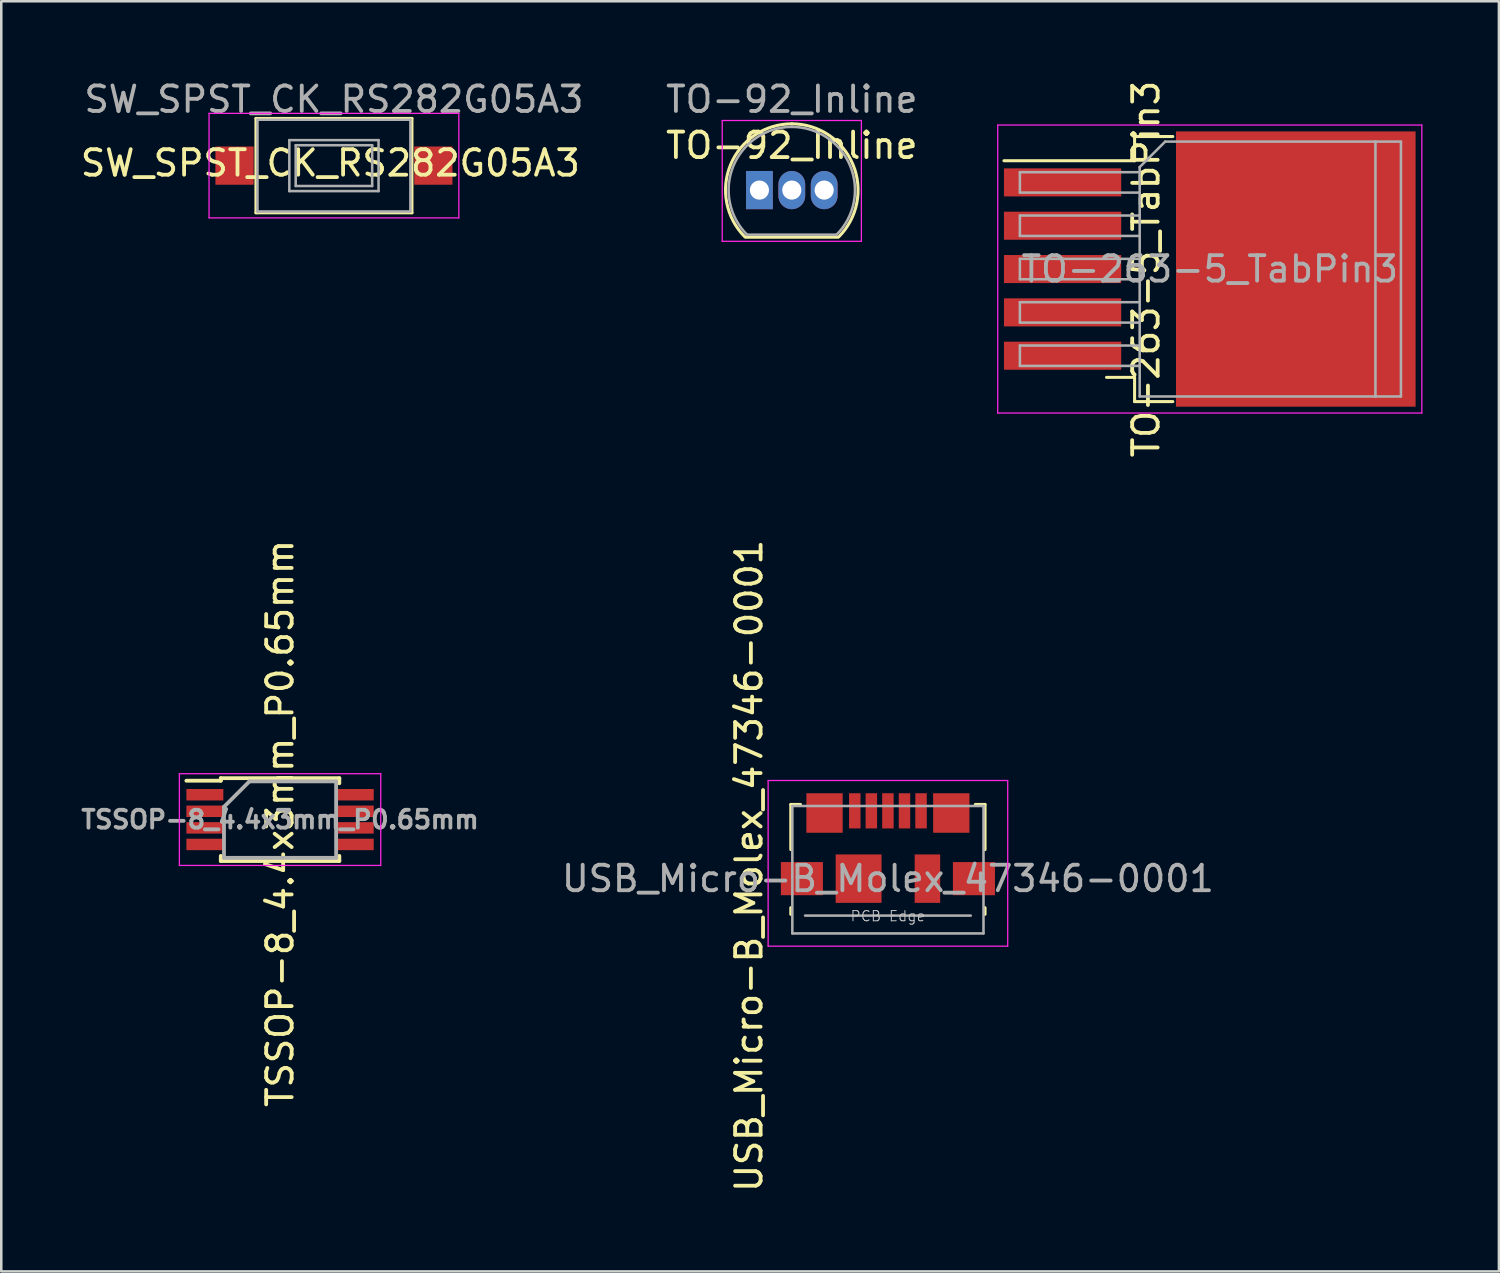
<source format=kicad_pcb>
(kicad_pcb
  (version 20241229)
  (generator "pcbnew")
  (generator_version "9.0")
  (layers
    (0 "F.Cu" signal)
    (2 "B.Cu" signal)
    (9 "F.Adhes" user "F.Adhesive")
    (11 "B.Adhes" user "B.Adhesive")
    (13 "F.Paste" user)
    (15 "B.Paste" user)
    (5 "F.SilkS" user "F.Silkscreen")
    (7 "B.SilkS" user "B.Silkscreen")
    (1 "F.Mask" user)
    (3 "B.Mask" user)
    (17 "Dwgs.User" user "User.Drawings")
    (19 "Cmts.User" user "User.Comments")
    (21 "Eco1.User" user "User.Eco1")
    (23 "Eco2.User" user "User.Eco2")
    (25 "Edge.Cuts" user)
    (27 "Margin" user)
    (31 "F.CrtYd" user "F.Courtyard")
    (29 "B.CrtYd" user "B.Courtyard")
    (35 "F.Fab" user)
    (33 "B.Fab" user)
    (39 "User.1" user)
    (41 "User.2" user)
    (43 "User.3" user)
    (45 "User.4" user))
  (footprint "TO-92_Inline"
    (layer "F.Cu")
    (at 26.746 4.408)
    (property "Reference" "TO-92_Inline" (at 1.27 -1.75 0) (layer "F.SilkS") (effects (font (size 1 1) (thickness 0.15))))
    (attr through_hole)
    (fp_line (start -0.53 1.85) (end 3.07 1.85) (stroke (width 0.12) (type solid)) (layer "F.SilkS"))
    (fp_arc (start -0.568478 1.838478) (mid -1.132087 -0.994977) (end 1.27 -2.6) (stroke (width 0.12) (type solid)) (layer "F.SilkS"))
    (fp_arc (start 1.27 -2.6) (mid 3.672087 -0.994977) (end 3.108478 1.838478) (stroke (width 0.12) (type solid)) (layer "F.SilkS"))
    (fp_line (start -1.46 -2.73) (end -1.46 2.01) (stroke (width 0.05) (type solid)) (layer "F.CrtYd"))
    (fp_line (start -1.46 -2.73) (end 4 -2.73) (stroke (width 0.05) (type solid)) (layer "F.CrtYd"))
    (fp_line (start 4 2.01) (end -1.46 2.01) (stroke (width 0.05) (type solid)) (layer "F.CrtYd"))
    (fp_line (start 4 2.01) (end 4 -2.73) (stroke (width 0.05) (type solid)) (layer "F.CrtYd"))
    (fp_line (start -0.5 1.75) (end 3 1.75) (stroke (width 0.1) (type solid)) (layer "F.Fab"))
    (fp_arc (start -0.483625 1.753625) (mid -1.021221 -0.949055) (end 1.27 -2.48) (stroke (width 0.1) (type solid)) (layer "F.Fab"))
    (fp_arc (start 1.27 -2.48) (mid 3.561221 -0.949055) (end 3.023625 1.753625) (stroke (width 0.1) (type solid)) (layer "F.Fab"))
    (fp_text user "${REFERENCE}" (at 1.27 -3.56 0) (layer "F.Fab") (effects (font (size 1 1) (thickness 0.15))))
    (pad "1" thru_hole rect (at 0 0) (size 1.05 1.5) (drill 0.75) (layers "*.Cu" "*.Mask"))
    (pad "2" thru_hole oval (at 1.27 0) (size 1.05 1.5) (drill 0.75) (layers "*.Cu" "*.Mask"))
    (pad "3" thru_hole oval (at 2.54 0) (size 1.05 1.5) (drill 0.75) (layers "*.Cu" "*.Mask")))
  (footprint "USB_Micro-B_Molex_47346-0001"
    (layer "F.Cu")
    (at 31.787 30.223)
    (property "Reference" "USB_Micro-B_Molex_47346-0001" (at -5.45 0.7 90) (layer "F.SilkS") (effects (font (size 1 1) (thickness 0.15))))
    (attr smd)
    (fp_line (start -3.81 -1.71) (end -3.43 -1.71) (stroke (width 0.12) (type solid)) (layer "F.SilkS"))
    (fp_line (start -3.81 0.06) (end -3.81 -1.71) (stroke (width 0.12) (type solid)) (layer "F.SilkS"))
    (fp_line (start -3.81 2.6) (end -3.81 2.34) (stroke (width 0.12) (type solid)) (layer "F.SilkS"))
    (fp_line (start 3.81 -1.71) (end 3.43 -1.71) (stroke (width 0.12) (type solid)) (layer "F.SilkS"))
    (fp_line (start 3.81 -1.71) (end 3.81 0.06) (stroke (width 0.12) (type solid)) (layer "F.SilkS"))
    (fp_line (start 3.81 2.34) (end 3.81 2.6) (stroke (width 0.12) (type solid)) (layer "F.SilkS"))
    (fp_line (start -4.7 -2.65) (end 4.7 -2.65) (stroke (width 0.05) (type solid)) (layer "F.CrtYd"))
    (fp_line (start -4.7 3.85) (end -4.7 -2.65) (stroke (width 0.05) (type solid)) (layer "F.CrtYd"))
    (fp_line (start 4.7 -2.65) (end 4.7 3.85) (stroke (width 0.05) (type solid)) (layer "F.CrtYd"))
    (fp_line (start 4.7 3.85) (end -4.7 3.85) (stroke (width 0.05) (type solid)) (layer "F.CrtYd"))
    (fp_line (start -3.75 -1.65) (end 3.75 -1.65) (stroke (width 0.1) (type solid)) (layer "F.Fab"))
    (fp_line (start -3.75 3.35) (end -3.75 -1.65) (stroke (width 0.1) (type solid)) (layer "F.Fab"))
    (fp_line (start -3.25 2.65) (end 3.25 2.65) (stroke (width 0.1) (type solid)) (layer "F.Fab"))
    (fp_line (start 3.75 -1.65) (end 3.75 3.35) (stroke (width 0.1) (type solid)) (layer "F.Fab"))
    (fp_line (start 3.75 3.35) (end -3.75 3.35) (stroke (width 0.1) (type solid)) (layer "F.Fab"))
    (fp_text user "PCB Edge" (at 0 2.67 0) (layer "Dwgs.User") (effects (font (size 0.4 0.4) (thickness 0.04))))
    (fp_text user "${REFERENCE}" (at 0 1.2 180) (layer "F.Fab") (effects (font (size 1 1) (thickness 0.15))))
    (pad "1" smd rect (at -1.3 -1.46) (size 0.45 1.38) (layers "F.Cu" "F.Mask" "F.Paste"))
    (pad "2" smd rect (at -0.65 -1.46) (size 0.45 1.38) (layers "F.Cu" "F.Mask" "F.Paste"))
    (pad "3" smd rect (at 0 -1.46) (size 0.45 1.38) (layers "F.Cu" "F.Mask" "F.Paste"))
    (pad "4" smd rect (at 0.65 -1.46) (size 0.45 1.38) (layers "F.Cu" "F.Mask" "F.Paste"))
    (pad "5" smd rect (at 1.3 -1.46) (size 0.45 1.38) (layers "F.Cu" "F.Mask" "F.Paste"))
    (pad "6" smd rect (at -3.375 1.2) (size 1.65 1.3) (layers "F.Cu" "F.Mask" "F.Paste"))
    (pad "6" smd rect (at -2.487 -1.375) (size 1.425 1.55) (layers "F.Cu" "F.Mask" "F.Paste"))
    (pad "6" smd rect (at -1.15 1.2) (size 1.8 1.9) (layers "F.Cu" "F.Mask" "F.Paste"))
    (pad "6" smd rect (at 1.55 1.2) (size 1 1.9) (layers "F.Cu" "F.Mask" "F.Paste"))
    (pad "6" smd rect (at 2.487 -1.375) (size 1.425 1.55) (layers "F.Cu" "F.Mask" "F.Paste"))
    (pad "6" smd rect (at 3.375 1.2) (size 1.65 1.3) (layers "F.Cu" "F.Mask" "F.Paste")))
  (footprint "TSSOP-8_4.4x3mm_P0.65mm"
    (layer "F.Cu")
    (at 7.938 29.106)
    (property "Reference" "TSSOP-8_4.4x3mm_P0.65mm" (at 0 0.15 270) (layer "F.SilkS") (effects (font (size 1 1) (thickness 0.15))))
    (attr smd)
    (fp_line (start -2.325 -1.625) (end -2.325 -1.525) (stroke (width 0.15) (type solid)) (layer "F.SilkS"))
    (fp_line (start -2.325 -1.625) (end 2.325 -1.625) (stroke (width 0.15) (type solid)) (layer "F.SilkS"))
    (fp_line (start -2.325 -1.525) (end -3.675 -1.525) (stroke (width 0.15) (type solid)) (layer "F.SilkS"))
    (fp_line (start -2.325 1.625) (end -2.325 1.425) (stroke (width 0.15) (type solid)) (layer "F.SilkS"))
    (fp_line (start -2.325 1.625) (end 2.325 1.625) (stroke (width 0.15) (type solid)) (layer "F.SilkS"))
    (fp_line (start 2.325 -1.625) (end 2.325 -1.425) (stroke (width 0.15) (type solid)) (layer "F.SilkS"))
    (fp_line (start 2.325 1.625) (end 2.325 1.425) (stroke (width 0.15) (type solid)) (layer "F.SilkS"))
    (fp_line (start -3.95 -1.8) (end -3.95 1.8) (stroke (width 0.05) (type solid)) (layer "F.CrtYd"))
    (fp_line (start -3.95 -1.8) (end 3.95 -1.8) (stroke (width 0.05) (type solid)) (layer "F.CrtYd"))
    (fp_line (start -3.95 1.8) (end 3.95 1.8) (stroke (width 0.05) (type solid)) (layer "F.CrtYd"))
    (fp_line (start 3.95 -1.8) (end 3.95 1.8) (stroke (width 0.05) (type solid)) (layer "F.CrtYd"))
    (fp_line (start -2.2 -0.5) (end -1.2 -1.5) (stroke (width 0.15) (type solid)) (layer "F.Fab"))
    (fp_line (start -2.2 1.5) (end -2.2 -0.5) (stroke (width 0.15) (type solid)) (layer "F.Fab"))
    (fp_line (start -1.2 -1.5) (end 2.2 -1.5) (stroke (width 0.15) (type solid)) (layer "F.Fab"))
    (fp_line (start 2.2 -1.5) (end 2.2 1.5) (stroke (width 0.15) (type solid)) (layer "F.Fab"))
    (fp_line (start 2.2 1.5) (end -2.2 1.5) (stroke (width 0.15) (type solid)) (layer "F.Fab"))
    (fp_text user "${REFERENCE}" (at 0 0 0) (layer "F.Fab") (effects (font (size 0.7 0.7) (thickness 0.15))))
    (pad "1" smd rect (at -2.95 -0.975) (size 1.45 0.45) (layers "F.Cu" "F.Mask" "F.Paste"))
    (pad "2" smd rect (at -2.95 -0.325) (size 1.45 0.45) (layers "F.Cu" "F.Mask" "F.Paste"))
    (pad "3" smd rect (at -2.95 0.325) (size 1.45 0.45) (layers "F.Cu" "F.Mask" "F.Paste"))
    (pad "4" smd rect (at -2.95 0.975) (size 1.45 0.45) (layers "F.Cu" "F.Mask" "F.Paste"))
    (pad "5" smd rect (at 2.95 0.975) (size 1.45 0.45) (layers "F.Cu" "F.Mask" "F.Paste"))
    (pad "6" smd rect (at 2.95 0.325) (size 1.45 0.45) (layers "F.Cu" "F.Mask" "F.Paste"))
    (pad "7" smd rect (at 2.95 -0.325) (size 1.45 0.45) (layers "F.Cu" "F.Mask" "F.Paste"))
    (pad "8" smd rect (at 2.95 -0.975) (size 1.45 0.45) (layers "F.Cu" "F.Mask" "F.Paste")))
  (footprint "TO-263-5_TabPin3"
    (layer "F.Cu")
    (at 44.415 7.506)
    (property "Reference" "TO-263-5_TabPin3" (at -2.5 0 90) (layer "F.SilkS") (effects (font (size 1 1) (thickness 0.15))))
    (attr smd)
    (fp_line (start -2.95 -5.2) (end -2.95 -4.25) (stroke (width 0.12) (type solid)) (layer "F.SilkS"))
    (fp_line (start -2.95 -4.25) (end -8.075 -4.25) (stroke (width 0.12) (type solid)) (layer "F.SilkS"))
    (fp_line (start -2.95 4.25) (end -4.05 4.25) (stroke (width 0.12) (type solid)) (layer "F.SilkS"))
    (fp_line (start -2.95 5.2) (end -2.95 4.25) (stroke (width 0.12) (type solid)) (layer "F.SilkS"))
    (fp_line (start -1.45 -5.2) (end -2.95 -5.2) (stroke (width 0.12) (type solid)) (layer "F.SilkS"))
    (fp_line (start -1.45 5.2) (end -2.95 5.2) (stroke (width 0.12) (type solid)) (layer "F.SilkS"))
    (fp_line (start -8.32 -5.65) (end -8.32 5.65) (stroke (width 0.05) (type solid)) (layer "F.CrtYd"))
    (fp_line (start -8.32 5.65) (end 8.32 5.65) (stroke (width 0.05) (type solid)) (layer "F.CrtYd"))
    (fp_line (start 8.32 -5.65) (end -8.32 -5.65) (stroke (width 0.05) (type solid)) (layer "F.CrtYd"))
    (fp_line (start 8.32 5.65) (end 8.32 -5.65) (stroke (width 0.05) (type solid)) (layer "F.CrtYd"))
    (fp_line (start -7.45 -3.8) (end -7.45 -3) (stroke (width 0.1) (type solid)) (layer "F.Fab"))
    (fp_line (start -7.45 -3) (end -2.75 -3) (stroke (width 0.1) (type solid)) (layer "F.Fab"))
    (fp_line (start -7.45 -2.1) (end -7.45 -1.3) (stroke (width 0.1) (type solid)) (layer "F.Fab"))
    (fp_line (start -7.45 -1.3) (end -2.75 -1.3) (stroke (width 0.1) (type solid)) (layer "F.Fab"))
    (fp_line (start -7.45 -0.4) (end -7.45 0.4) (stroke (width 0.1) (type solid)) (layer "F.Fab"))
    (fp_line (start -7.45 0.4) (end -2.75 0.4) (stroke (width 0.1) (type solid)) (layer "F.Fab"))
    (fp_line (start -7.45 1.3) (end -7.45 2.1) (stroke (width 0.1) (type solid)) (layer "F.Fab"))
    (fp_line (start -7.45 2.1) (end -2.75 2.1) (stroke (width 0.1) (type solid)) (layer "F.Fab"))
    (fp_line (start -7.45 3) (end -7.45 3.8) (stroke (width 0.1) (type solid)) (layer "F.Fab"))
    (fp_line (start -7.45 3.8) (end -2.75 3.8) (stroke (width 0.1) (type solid)) (layer "F.Fab"))
    (fp_line (start -2.75 -4) (end -1.75 -5) (stroke (width 0.1) (type solid)) (layer "F.Fab"))
    (fp_line (start -2.75 -3.8) (end -7.45 -3.8) (stroke (width 0.1) (type solid)) (layer "F.Fab"))
    (fp_line (start -2.75 -2.1) (end -7.45 -2.1) (stroke (width 0.1) (type solid)) (layer "F.Fab"))
    (fp_line (start -2.75 -0.4) (end -7.45 -0.4) (stroke (width 0.1) (type solid)) (layer "F.Fab"))
    (fp_line (start -2.75 1.3) (end -7.45 1.3) (stroke (width 0.1) (type solid)) (layer "F.Fab"))
    (fp_line (start -2.75 3) (end -7.45 3) (stroke (width 0.1) (type solid)) (layer "F.Fab"))
    (fp_line (start -2.75 5) (end -2.75 -4) (stroke (width 0.1) (type solid)) (layer "F.Fab"))
    (fp_line (start -1.75 -5) (end 6.5 -5) (stroke (width 0.1) (type solid)) (layer "F.Fab"))
    (fp_line (start 6.5 -5) (end 6.5 5) (stroke (width 0.1) (type solid)) (layer "F.Fab"))
    (fp_line (start 6.5 -5) (end 7.5 -5) (stroke (width 0.1) (type solid)) (layer "F.Fab"))
    (fp_line (start 6.5 5) (end -2.75 5) (stroke (width 0.1) (type solid)) (layer "F.Fab"))
    (fp_line (start 7.5 -5) (end 7.5 5) (stroke (width 0.1) (type solid)) (layer "F.Fab"))
    (fp_line (start 7.5 5) (end 6.5 5) (stroke (width 0.1) (type solid)) (layer "F.Fab"))
    (fp_text user "${REFERENCE}" (at 0 0 0) (layer "F.Fab") (effects (font (size 1 1) (thickness 0.15))))
    (pad "" smd rect (at 0.95 -2.775) (size 4.55 5.25) (layers "F.Paste"))
    (pad "" smd rect (at 0.95 2.775) (size 4.55 5.25) (layers "F.Paste"))
    (pad "" smd rect (at 5.8 -2.775) (size 4.55 5.25) (layers "F.Paste"))
    (pad "" smd rect (at 5.8 2.775) (size 4.55 5.25) (layers "F.Paste"))
    (pad "1" smd rect (at -5.775 -3.4) (size 4.6 1.1) (layers "F.Cu" "F.Mask" "F.Paste"))
    (pad "2" smd rect (at -5.775 -1.7) (size 4.6 1.1) (layers "F.Cu" "F.Mask" "F.Paste"))
    (pad "3" smd rect (at -5.775 0) (size 4.6 1.1) (layers "F.Cu" "F.Mask" "F.Paste"))
    (pad "3" smd rect (at 3.375 0) (size 9.4 10.8) (layers "F.Cu" "F.Mask"))
    (pad "4" smd rect (at -5.775 1.7) (size 4.6 1.1) (layers "F.Cu" "F.Mask" "F.Paste"))
    (pad "5" smd rect (at -5.775 3.4) (size 4.6 1.1) (layers "F.Cu" "F.Mask" "F.Paste")))
  (footprint "SW_SPST_CK_RS282G05A3"
    (layer "F.Cu")
    (at 10.052 3.448)
    (property "Reference" "SW_SPST_CK_RS282G05A3" (at -0.141 -0.099 0) (layer "F.SilkS") (effects (font (size 1 1) (thickness 0.15))))
    (attr smd)
    (fp_line (start -3.06 -1.85) (end 3.06 -1.85) (stroke (width 0.12) (type solid)) (layer "F.SilkS"))
    (fp_line (start -3.06 1.85) (end -3.06 -1.85) (stroke (width 0.12) (type solid)) (layer "F.SilkS"))
    (fp_line (start 3.06 -1.85) (end 3.06 1.85) (stroke (width 0.12) (type solid)) (layer "F.SilkS"))
    (fp_line (start 3.06 1.85) (end -3.06 1.85) (stroke (width 0.12) (type solid)) (layer "F.SilkS"))
    (fp_line (start -4.9 -2.05) (end 4.9 -2.05) (stroke (width 0.05) (type solid)) (layer "F.CrtYd"))
    (fp_line (start -4.9 2.05) (end -4.9 -2.05) (stroke (width 0.05) (type solid)) (layer "F.CrtYd"))
    (fp_line (start 4.9 -2.05) (end 4.9 2.05) (stroke (width 0.05) (type solid)) (layer "F.CrtYd"))
    (fp_line (start 4.9 2.05) (end -4.9 2.05) (stroke (width 0.05) (type solid)) (layer "F.CrtYd"))
    (fp_line (start -3 -1.8) (end -3 1.8) (stroke (width 0.1) (type solid)) (layer "F.Fab"))
    (fp_line (start -3 -1.8) (end 3 -1.8) (stroke (width 0.1) (type solid)) (layer "F.Fab"))
    (fp_line (start -3 1.8) (end 3 1.8) (stroke (width 0.1) (type solid)) (layer "F.Fab"))
    (fp_line (start -1.75 -1) (end 1.75 -1) (stroke (width 0.1) (type solid)) (layer "F.Fab"))
    (fp_line (start -1.75 1) (end -1.75 -1) (stroke (width 0.1) (type solid)) (layer "F.Fab"))
    (fp_line (start -1.5 -0.8) (end -1.5 0.8) (stroke (width 0.1) (type solid)) (layer "F.Fab"))
    (fp_line (start -1.5 -0.8) (end 1.5 -0.8) (stroke (width 0.1) (type solid)) (layer "F.Fab"))
    (fp_line (start -1.5 0.8) (end 1.5 0.8) (stroke (width 0.1) (type solid)) (layer "F.Fab"))
    (fp_line (start 1.5 -0.8) (end 1.5 0.8) (stroke (width 0.1) (type solid)) (layer "F.Fab"))
    (fp_line (start 1.75 -1) (end 1.75 1) (stroke (width 0.1) (type solid)) (layer "F.Fab"))
    (fp_line (start 1.75 1) (end -1.75 1) (stroke (width 0.1) (type solid)) (layer "F.Fab"))
    (fp_line (start 3 -1.8) (end 3 1.8) (stroke (width 0.1) (type solid)) (layer "F.Fab"))
    (fp_text user "${REFERENCE}" (at 0 -2.6 180) (layer "F.Fab") (effects (font (size 1 1) (thickness 0.15))))
    (pad "1" smd rect (at -3.9 0) (size 1.5 1.5) (layers "F.Cu" "F.Mask" "F.Paste"))
    (pad "2" smd rect (at 3.9 0) (size 1.5 1.5) (layers "F.Cu" "F.Mask" "F.Paste")))
  (gr_rect
    (start -3 -3)
    (end 55.76 46.833)
    (stroke (width 0.1) (type default))
    (fill no)
    (layer "Edge.Cuts")))
</source>
